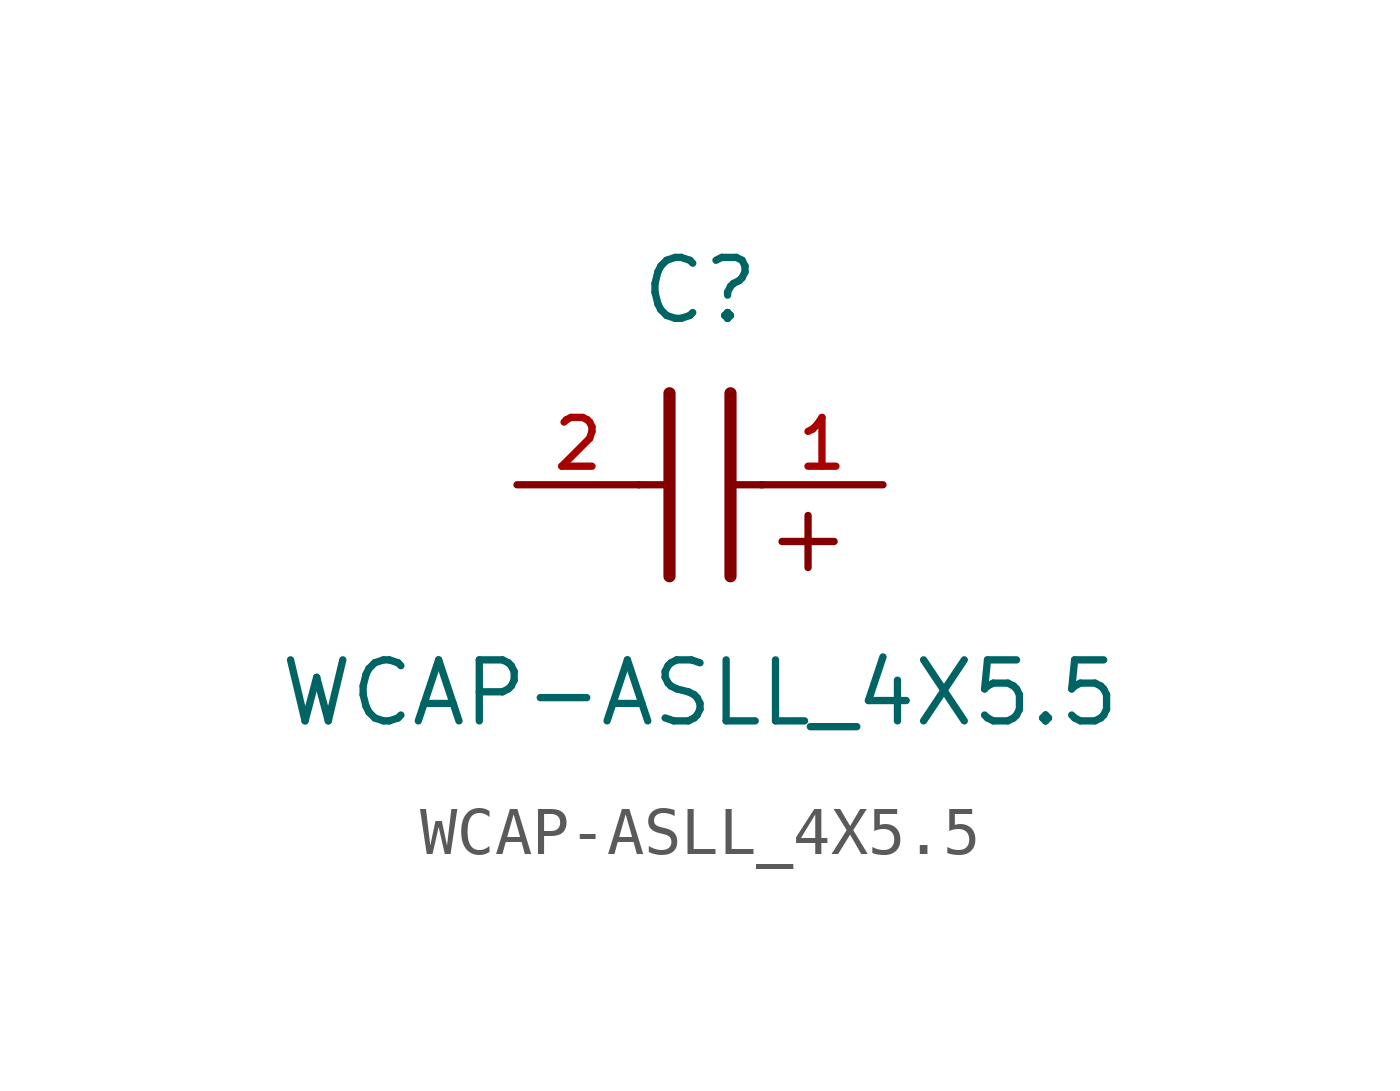
<source format=kicad_sym>
(kicad_symbol_lib
  (version 20211014)
  (generator kicad_symbol_editor)
  (symbol "WCAP-ASLL_4X5.5"
    (pin_names
      (offset 1.016))
    (property "Reference" "C"
      (at 1.27 3.302 0)
      (effects (font (size 1.27 1.27)) (justify bottom)))
    (property "Value" "WCAP-ASLL_4X5.5"
      (at 1.27 -5.08 0)
      (effects (font (size 1.27 1.27)) (justify bottom)))
    (symbol "WCAP-ASLL_4X5.5_0_0"
      (text "+" (at 2.54 -1.905 0) (effects (font (size 1.422 1.422)) (justify bottom left)))
      (polyline (pts (xy 1.905 1.905) (xy 1.905 -1.905)) (stroke (width 0.254)))
      (polyline (pts (xy 0.635 -1.905) (xy 0.635 1.905)) (stroke (width 0.254)))
      (polyline (pts (xy 0.0 0.0) (xy 0.643 0.0)) (stroke (width 0.152)))
      (polyline (pts (xy 1.928 0.0) (xy 2.57 0.0)) (stroke (width 0.152)))
      (pin passive line (at 5.08 0.0 180.0) (length 2.54) (name "~" (effects (font (size 1.016 1.016)))) (number "1" (effects (font (size 1.016 1.016)))))
      (pin passive line (at -2.54 0.0 0) (length 2.54) (name "~" (effects (font (size 1.016 1.016)))) (number "2" (effects (font (size 1.016 1.016))))))))
</source>
